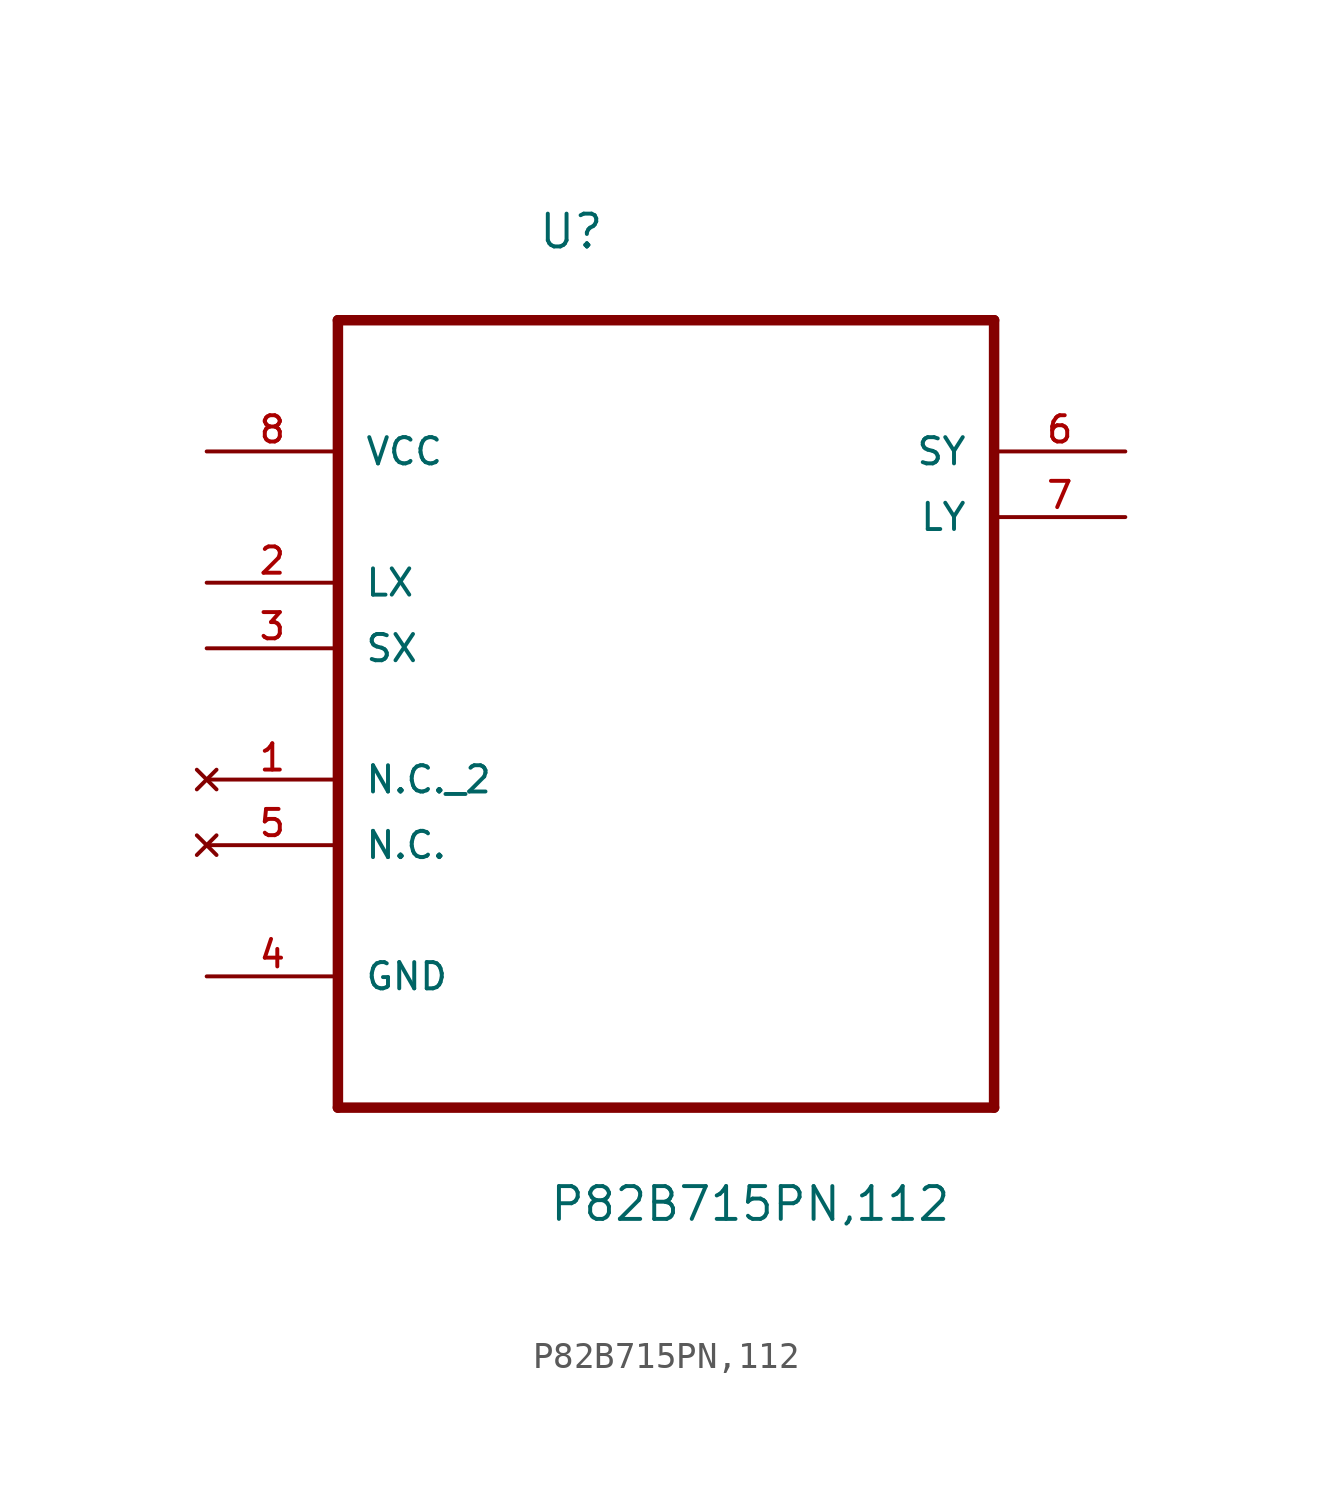
<source format=kicad_sym>
(kicad_symbol_lib
  (version 20220914)
  (generator kicad_symbol_editor)
  (symbol "P82B715PN,112"
    (pin_names
      (offset 1.016))
    (property "Reference" "U"
      (at -4.978 15.392 0)
      (effects (font (size 1.27 1.27)) (justify left bottom)))
    (property "Value" "P82B715PN,112"
      (at -4.547 -22.25 0)
      (effects (font (size 1.27 1.27)) (justify left bottom)))
    (symbol "P82B715PN,112_0_0"
      (polyline (pts (xy -12.7 -17.78) (xy 12.7 -17.78)) (stroke (width 0.406) (type solid)) (fill (type none)))
      (polyline (pts (xy -12.7 12.7) (xy -12.7 -17.78)) (stroke (width 0.406) (type solid)) (fill (type none)))
      (polyline (pts (xy 12.7 -17.78) (xy 12.7 12.7)) (stroke (width 0.406) (type solid)) (fill (type none)))
      (polyline (pts (xy 12.7 12.7) (xy -12.7 12.7)) (stroke (width 0.406) (type solid)) (fill (type none)))
      (pin no_connect line (at -17.78 -5.08 0) (length 5.08) (name "N.C._2" (effects (font (size 1.016 1.016)))) (number "1" (effects (font (size 1.016 1.016)))))
      (pin bidirectional line (at -17.78 2.54 0) (length 5.08) (name "LX" (effects (font (size 1.016 1.016)))) (number "2" (effects (font (size 1.016 1.016)))))
      (pin bidirectional line (at -17.78 0 0) (length 5.08) (name "SX" (effects (font (size 1.016 1.016)))) (number "3" (effects (font (size 1.016 1.016)))))
      (pin passive line (at -17.78 -12.7 0) (length 5.08) (name "GND" (effects (font (size 1.016 1.016)))) (number "4" (effects (font (size 1.016 1.016)))))
      (pin no_connect line (at -17.78 -7.62 0) (length 5.08) (name "N.C." (effects (font (size 1.016 1.016)))) (number "5" (effects (font (size 1.016 1.016)))))
      (pin bidirectional line (at 17.78 7.62 180) (length 5.08) (name "SY" (effects (font (size 1.016 1.016)))) (number "6" (effects (font (size 1.016 1.016)))))
      (pin bidirectional line (at 17.78 5.08 180) (length 5.08) (name "LY" (effects (font (size 1.016 1.016)))) (number "7" (effects (font (size 1.016 1.016)))))
      (pin power_in line (at -17.78 7.62 0) (length 5.08) (name "VCC" (effects (font (size 1.016 1.016)))) (number "8" (effects (font (size 1.016 1.016))))))))
</source>
